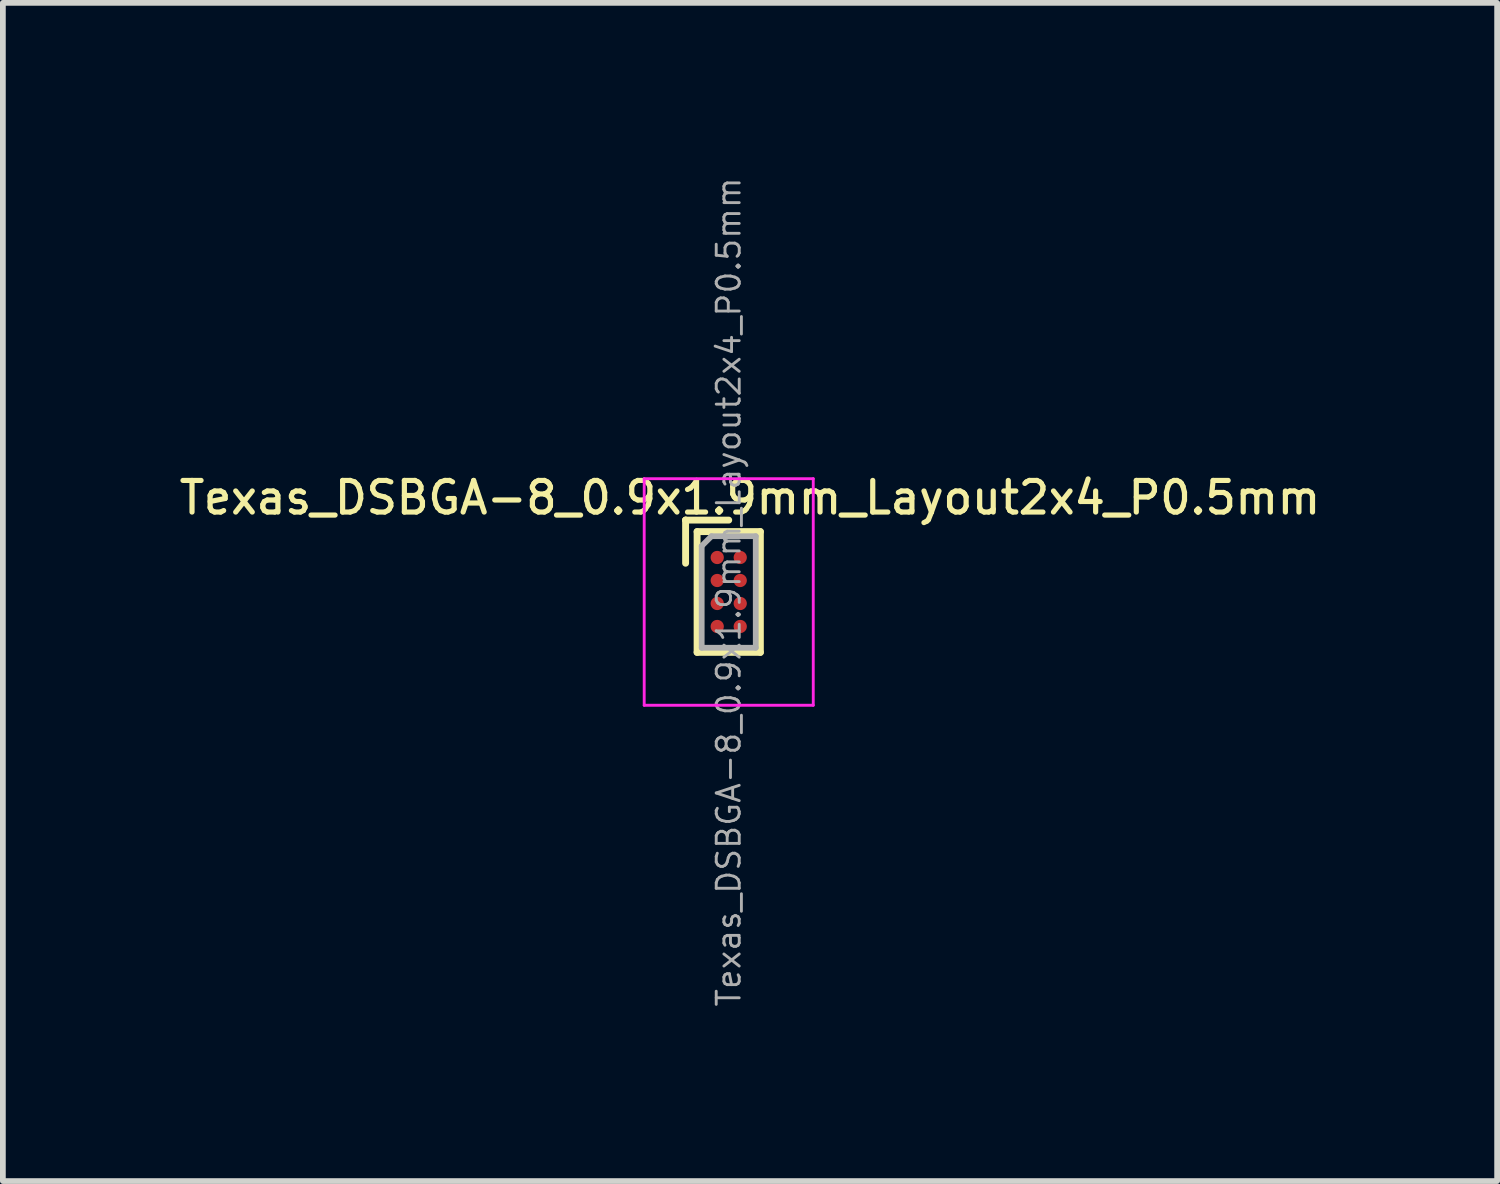
<source format=kicad_pcb>
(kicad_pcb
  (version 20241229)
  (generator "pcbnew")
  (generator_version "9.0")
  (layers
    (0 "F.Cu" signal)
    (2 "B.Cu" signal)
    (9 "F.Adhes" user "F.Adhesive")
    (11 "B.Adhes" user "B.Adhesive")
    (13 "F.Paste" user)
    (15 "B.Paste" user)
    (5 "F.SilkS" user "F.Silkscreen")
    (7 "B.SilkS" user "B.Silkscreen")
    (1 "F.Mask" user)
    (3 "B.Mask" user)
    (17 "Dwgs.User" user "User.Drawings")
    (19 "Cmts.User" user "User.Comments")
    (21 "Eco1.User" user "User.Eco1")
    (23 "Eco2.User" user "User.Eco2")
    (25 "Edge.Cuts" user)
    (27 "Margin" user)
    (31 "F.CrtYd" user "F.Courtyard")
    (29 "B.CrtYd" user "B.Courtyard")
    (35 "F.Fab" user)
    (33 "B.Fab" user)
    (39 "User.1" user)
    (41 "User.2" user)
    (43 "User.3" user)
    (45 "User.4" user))
  (footprint "Texas_DSBGA-8_0.9x1.9mm_Layout2x4_P0.5mm"
    (layer "F.Cu")
    (at 9.623 7.245)
    (property "Reference" "Texas_DSBGA-8_0.9x1.9mm_Layout2x4_P0.5mm" (at 0.37 -1.64 0) (layer "F.SilkS") (effects (font (size 0.55 0.55) (thickness 0.09))))
    (attr smd)
    (fp_line (start -0.75 -1.25) (end -0.75 -1.25) (stroke (width 0.12) (type solid)) (layer "F.SilkS"))
    (fp_line (start -0.75 -1.25) (end -0.75 -0.5) (stroke (width 0.12) (type solid)) (layer "F.SilkS"))
    (fp_line (start -0.55 -1.05) (end -0.55 1.05) (stroke (width 0.12) (type solid)) (layer "F.SilkS"))
    (fp_line (start -0.55 1.05) (end 0.55 1.05) (stroke (width 0.12) (type solid)) (layer "F.SilkS"))
    (fp_line (start 0 -1.25) (end -0.75 -1.25) (stroke (width 0.12) (type solid)) (layer "F.SilkS"))
    (fp_line (start 0.55 -1.05) (end -0.55 -1.05) (stroke (width 0.12) (type solid)) (layer "F.SilkS"))
    (fp_line (start 0.55 -1.05) (end 0.55 1.05) (stroke (width 0.12) (type solid)) (layer "F.SilkS"))
    (fp_line (start -1.47 -1.97) (end -1.47 1.97) (stroke (width 0.05) (type solid)) (layer "F.CrtYd"))
    (fp_line (start -1.47 1.97) (end 1.47 1.97) (stroke (width 0.05) (type solid)) (layer "F.CrtYd"))
    (fp_line (start 1.47 -1.97) (end -1.47 -1.97) (stroke (width 0.05) (type solid)) (layer "F.CrtYd"))
    (fp_line (start 1.47 1.97) (end 1.47 -1.97) (stroke (width 0.05) (type solid)) (layer "F.CrtYd"))
    (fp_line (start -0.47 -0.8) (end -0.47 0.97) (stroke (width 0.1) (type solid)) (layer "F.Fab"))
    (fp_line (start -0.47 -0.8) (end -0.3 -0.97) (stroke (width 0.1) (type solid)) (layer "F.Fab"))
    (fp_line (start -0.47 0.97) (end 0.47 0.97) (stroke (width 0.1) (type solid)) (layer "F.Fab"))
    (fp_line (start 0.47 -0.97) (end -0.3 -0.97) (stroke (width 0.1) (type solid)) (layer "F.Fab"))
    (fp_line (start 0.47 0.97) (end 0.47 -0.97) (stroke (width 0.1) (type solid)) (layer "F.Fab"))
    (fp_text user "${REFERENCE}" (at 0 0 90) (layer "F.Fab") (effects (font (size 0.4 0.4) (thickness 0.05))))
    (pad "A1" smd circle (at -0.2 -0.6) (size 0.23 0.23) (layers "F.Cu" "F.Mask"))
    (pad "A2" smd circle (at 0.2 -0.6) (size 0.23 0.23) (layers "F.Cu" "F.Mask"))
    (pad "B1" smd circle (at -0.2 -0.2) (size 0.23 0.23) (layers "F.Cu" "F.Mask"))
    (pad "B2" smd circle (at 0.2 -0.2) (size 0.23 0.23) (layers "F.Cu" "F.Mask"))
    (pad "C1" smd circle (at -0.2 0.2) (size 0.23 0.23) (layers "F.Cu" "F.Mask"))
    (pad "C2" smd circle (at 0.2 0.2) (size 0.23 0.23) (layers "F.Cu" "F.Mask"))
    (pad "D1" smd circle (at -0.2 0.6) (size 0.23 0.23) (layers "F.Cu" "F.Mask"))
    (pad "D2" smd circle (at 0.2 0.6) (size 0.23 0.23) (layers "F.Cu" "F.Mask")))
  (gr_rect
    (start -3 -3)
    (end 22.986 17.489)
    (stroke (width 0.1) (type default))
    (fill no)
    (layer "Edge.Cuts")))
</source>
